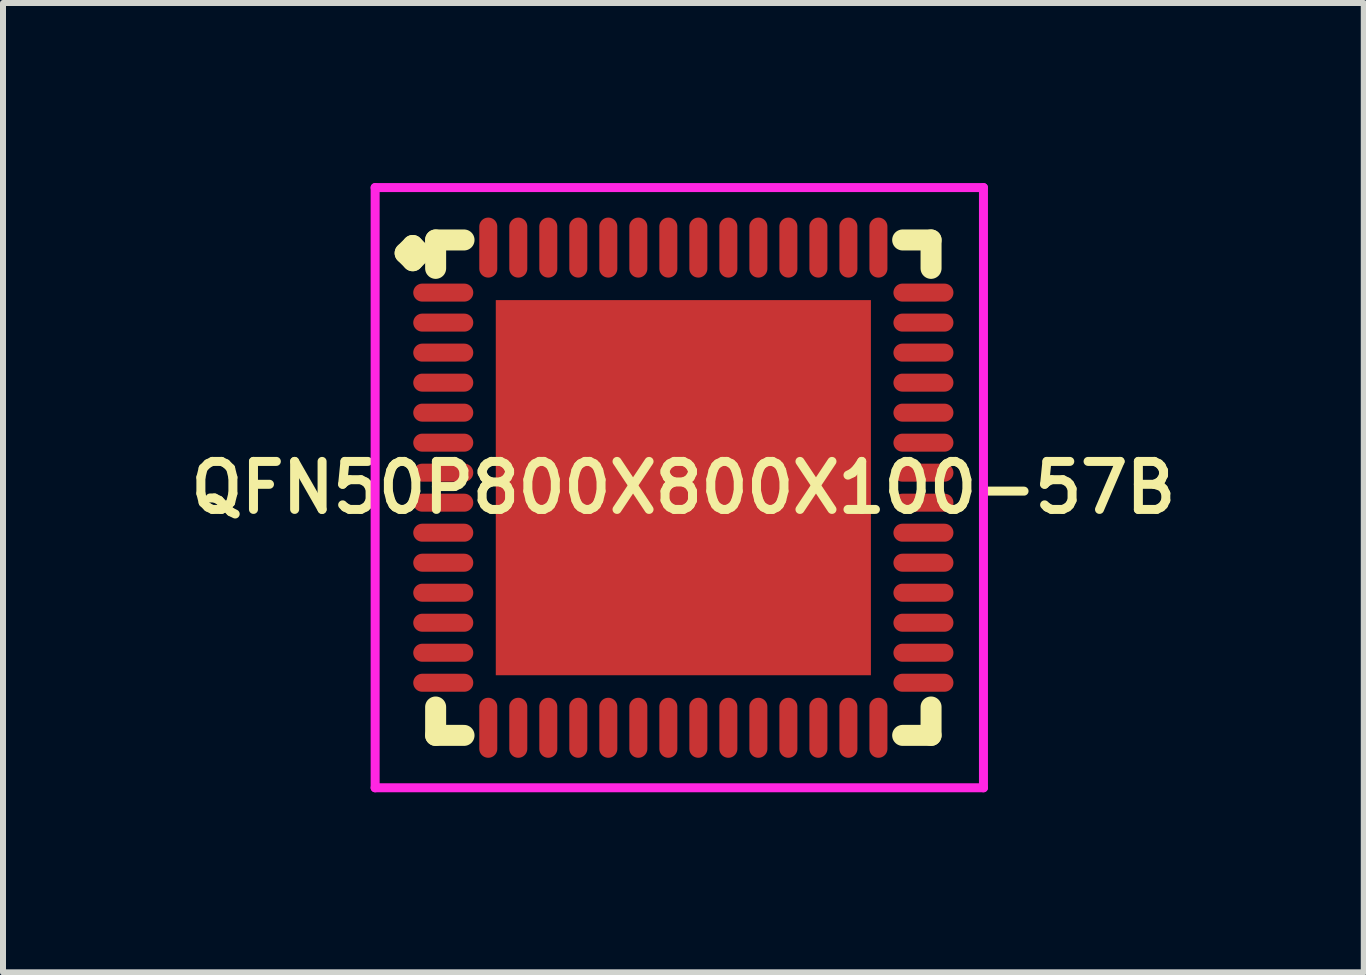
<source format=kicad_pcb>
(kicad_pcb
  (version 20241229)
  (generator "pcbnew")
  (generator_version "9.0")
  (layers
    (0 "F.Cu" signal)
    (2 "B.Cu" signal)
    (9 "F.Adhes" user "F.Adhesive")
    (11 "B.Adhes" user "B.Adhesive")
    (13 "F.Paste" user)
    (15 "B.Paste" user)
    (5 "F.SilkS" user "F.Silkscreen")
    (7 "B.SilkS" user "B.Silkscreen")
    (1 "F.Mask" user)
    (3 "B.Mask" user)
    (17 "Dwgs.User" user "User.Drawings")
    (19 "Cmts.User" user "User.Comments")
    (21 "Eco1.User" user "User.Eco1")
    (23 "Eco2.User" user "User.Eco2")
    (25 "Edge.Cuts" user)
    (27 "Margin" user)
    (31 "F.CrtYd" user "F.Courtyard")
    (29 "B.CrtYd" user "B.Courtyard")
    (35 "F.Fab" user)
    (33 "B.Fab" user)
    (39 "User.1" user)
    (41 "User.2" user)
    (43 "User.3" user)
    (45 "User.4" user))
  (footprint "QFN50P800X800X100-57B"
    (layer "F.Cu")
    (at 8.335 5.075)
    (property "Reference" "QFN50P800X800X100-57B" (at 0 0 0) (layer "F.SilkS") (effects (font (size 0.8 0.8) (thickness 0.15))))
    (attr smd)
    (fp_line (start -4.635 -3.908) (end -4.508 -4.035) (stroke (width 0.35) (type solid)) (layer "F.SilkS"))
    (fp_line (start -4.508 -4.035) (end -4.381 -3.908) (stroke (width 0.35) (type solid)) (layer "F.SilkS"))
    (fp_line (start -4.508 -3.781) (end -4.635 -3.908) (stroke (width 0.35) (type solid)) (layer "F.SilkS"))
    (fp_line (start -4.381 -3.908) (end -4.508 -3.781) (stroke (width 0.35) (type solid)) (layer "F.SilkS"))
    (fp_line (start -4.127 -4.127) (end -3.654 -4.127) (stroke (width 0.35) (type solid)) (layer "F.SilkS"))
    (fp_line (start -4.127 -3.654) (end -4.127 -4.127) (stroke (width 0.35) (type solid)) (layer "F.SilkS"))
    (fp_line (start -4.127 3.654) (end -4.127 4.127) (stroke (width 0.35) (type solid)) (layer "F.SilkS"))
    (fp_line (start -4.127 4.127) (end -3.654 4.127) (stroke (width 0.35) (type solid)) (layer "F.SilkS"))
    (fp_line (start 3.654 -4.127) (end 4.127 -4.127) (stroke (width 0.35) (type solid)) (layer "F.SilkS"))
    (fp_line (start 3.654 4.127) (end 4.127 4.127) (stroke (width 0.35) (type solid)) (layer "F.SilkS"))
    (fp_line (start 4.127 -4.127) (end 4.127 -3.654) (stroke (width 0.35) (type solid)) (layer "F.SilkS"))
    (fp_line (start 4.127 4.127) (end 4.127 3.654) (stroke (width 0.35) (type solid)) (layer "F.SilkS"))
    (fp_line (start -5.135 -5) (end 5 -5) (stroke (width 0.15) (type solid)) (layer "F.CrtYd"))
    (fp_line (start -5.135 5) (end -5.135 -5) (stroke (width 0.15) (type solid)) (layer "F.CrtYd"))
    (fp_line (start 5 -5) (end 5 5) (stroke (width 0.15) (type solid)) (layer "F.CrtYd"))
    (fp_line (start 5 5) (end -5.135 5) (stroke (width 0.15) (type solid)) (layer "F.CrtYd"))
    (pad "1" smd oval (at -4 -3.25) (size 1 0.3) (layers "F.Cu" "F.Mask" "F.Paste"))
    (pad "2" smd oval (at -4 -2.75) (size 1 0.3) (layers "F.Cu" "F.Mask" "F.Paste"))
    (pad "3" smd oval (at -4 -2.25) (size 1 0.3) (layers "F.Cu" "F.Mask" "F.Paste"))
    (pad "4" smd oval (at -4 -1.75) (size 1 0.3) (layers "F.Cu" "F.Mask" "F.Paste"))
    (pad "5" smd oval (at -4 -1.25) (size 1 0.3) (layers "F.Cu" "F.Mask" "F.Paste"))
    (pad "6" smd oval (at -4 -0.75) (size 1 0.3) (layers "F.Cu" "F.Mask" "F.Paste"))
    (pad "7" smd oval (at -4 -0.25) (size 1 0.3) (layers "F.Cu" "F.Mask" "F.Paste"))
    (pad "8" smd oval (at -4 0.25) (size 1 0.3) (layers "F.Cu" "F.Mask" "F.Paste"))
    (pad "9" smd oval (at -4 0.75) (size 1 0.3) (layers "F.Cu" "F.Mask" "F.Paste"))
    (pad "10" smd oval (at -4 1.25) (size 1 0.3) (layers "F.Cu" "F.Mask" "F.Paste"))
    (pad "11" smd oval (at -4 1.75) (size 1 0.3) (layers "F.Cu" "F.Mask" "F.Paste"))
    (pad "12" smd oval (at -4 2.25) (size 1 0.3) (layers "F.Cu" "F.Mask" "F.Paste"))
    (pad "13" smd oval (at -4 2.75) (size 1 0.3) (layers "F.Cu" "F.Mask" "F.Paste"))
    (pad "14" smd oval (at -4 3.25) (size 1 0.3) (layers "F.Cu" "F.Mask" "F.Paste"))
    (pad "15" smd oval (at -3.25 4) (size 0.3 1) (layers "F.Cu" "F.Mask" "F.Paste"))
    (pad "16" smd oval (at -2.75 4) (size 0.3 1) (layers "F.Cu" "F.Mask" "F.Paste"))
    (pad "17" smd oval (at -2.25 4) (size 0.3 1) (layers "F.Cu" "F.Mask" "F.Paste"))
    (pad "18" smd oval (at -1.75 4) (size 0.3 1) (layers "F.Cu" "F.Mask" "F.Paste"))
    (pad "19" smd oval (at -1.25 4) (size 0.3 1) (layers "F.Cu" "F.Mask" "F.Paste"))
    (pad "20" smd oval (at -0.75 4) (size 0.3 1) (layers "F.Cu" "F.Mask" "F.Paste"))
    (pad "21" smd oval (at -0.25 4) (size 0.3 1) (layers "F.Cu" "F.Mask" "F.Paste"))
    (pad "22" smd oval (at 0.25 4) (size 0.3 1) (layers "F.Cu" "F.Mask" "F.Paste"))
    (pad "23" smd oval (at 0.75 4) (size 0.3 1) (layers "F.Cu" "F.Mask" "F.Paste"))
    (pad "24" smd oval (at 1.25 4) (size 0.3 1) (layers "F.Cu" "F.Mask" "F.Paste"))
    (pad "25" smd oval (at 1.75 4) (size 0.3 1) (layers "F.Cu" "F.Mask" "F.Paste"))
    (pad "26" smd oval (at 2.25 4) (size 0.3 1) (layers "F.Cu" "F.Mask" "F.Paste"))
    (pad "27" smd oval (at 2.75 4) (size 0.3 1) (layers "F.Cu" "F.Mask" "F.Paste"))
    (pad "28" smd oval (at 3.25 4) (size 0.3 1) (layers "F.Cu" "F.Mask" "F.Paste"))
    (pad "29" smd oval (at 4 3.25) (size 1 0.3) (layers "F.Cu" "F.Mask" "F.Paste"))
    (pad "30" smd oval (at 4 2.75) (size 1 0.3) (layers "F.Cu" "F.Mask" "F.Paste"))
    (pad "31" smd oval (at 4 2.25) (size 1 0.3) (layers "F.Cu" "F.Mask" "F.Paste"))
    (pad "32" smd oval (at 4 1.75) (size 1 0.3) (layers "F.Cu" "F.Mask" "F.Paste"))
    (pad "33" smd oval (at 4 1.25) (size 1 0.3) (layers "F.Cu" "F.Mask" "F.Paste"))
    (pad "34" smd oval (at 4 0.75) (size 1 0.3) (layers "F.Cu" "F.Mask" "F.Paste"))
    (pad "35" smd oval (at 4 0.25) (size 1 0.3) (layers "F.Cu" "F.Mask" "F.Paste"))
    (pad "36" smd oval (at 4 -0.25) (size 1 0.3) (layers "F.Cu" "F.Mask" "F.Paste"))
    (pad "37" smd oval (at 4 -0.75) (size 1 0.3) (layers "F.Cu" "F.Mask" "F.Paste"))
    (pad "38" smd oval (at 4 -1.25) (size 1 0.3) (layers "F.Cu" "F.Mask" "F.Paste"))
    (pad "39" smd oval (at 4 -1.75) (size 1 0.3) (layers "F.Cu" "F.Mask" "F.Paste"))
    (pad "40" smd oval (at 4 -2.25) (size 1 0.3) (layers "F.Cu" "F.Mask" "F.Paste"))
    (pad "41" smd oval (at 4 -2.75) (size 1 0.3) (layers "F.Cu" "F.Mask" "F.Paste"))
    (pad "42" smd oval (at 4 -3.25) (size 1 0.3) (layers "F.Cu" "F.Mask" "F.Paste"))
    (pad "43" smd oval (at 3.25 -4) (size 0.3 1) (layers "F.Cu" "F.Mask" "F.Paste"))
    (pad "44" smd oval (at 2.75 -4) (size 0.3 1) (layers "F.Cu" "F.Mask" "F.Paste"))
    (pad "45" smd oval (at 2.25 -4) (size 0.3 1) (layers "F.Cu" "F.Mask" "F.Paste"))
    (pad "46" smd oval (at 1.75 -4) (size 0.3 1) (layers "F.Cu" "F.Mask" "F.Paste"))
    (pad "47" smd oval (at 1.25 -4) (size 0.3 1) (layers "F.Cu" "F.Mask" "F.Paste"))
    (pad "48" smd oval (at 0.75 -4) (size 0.3 1) (layers "F.Cu" "F.Mask" "F.Paste"))
    (pad "49" smd oval (at 0.25 -4) (size 0.3 1) (layers "F.Cu" "F.Mask" "F.Paste"))
    (pad "50" smd oval (at -0.25 -4) (size 0.3 1) (layers "F.Cu" "F.Mask" "F.Paste"))
    (pad "51" smd oval (at -0.75 -4) (size 0.3 1) (layers "F.Cu" "F.Mask" "F.Paste"))
    (pad "52" smd oval (at -1.25 -4) (size 0.3 1) (layers "F.Cu" "F.Mask" "F.Paste"))
    (pad "53" smd oval (at -1.75 -4) (size 0.3 1) (layers "F.Cu" "F.Mask" "F.Paste"))
    (pad "54" smd oval (at -2.25 -4) (size 0.3 1) (layers "F.Cu" "F.Mask" "F.Paste"))
    (pad "55" smd oval (at -2.75 -4) (size 0.3 1) (layers "F.Cu" "F.Mask" "F.Paste"))
    (pad "56" smd oval (at -3.25 -4) (size 0.3 1) (layers "F.Cu" "F.Mask" "F.Paste"))
    (pad "57" smd rect (at 0 0) (size 6.25 6.25) (layers "F.Cu" "F.Mask" "F.Paste")))
  (gr_rect
    (start -3 -3)
    (end 19.671 13.15)
    (stroke (width 0.1) (type default))
    (fill no)
    (layer "Edge.Cuts")))
</source>
